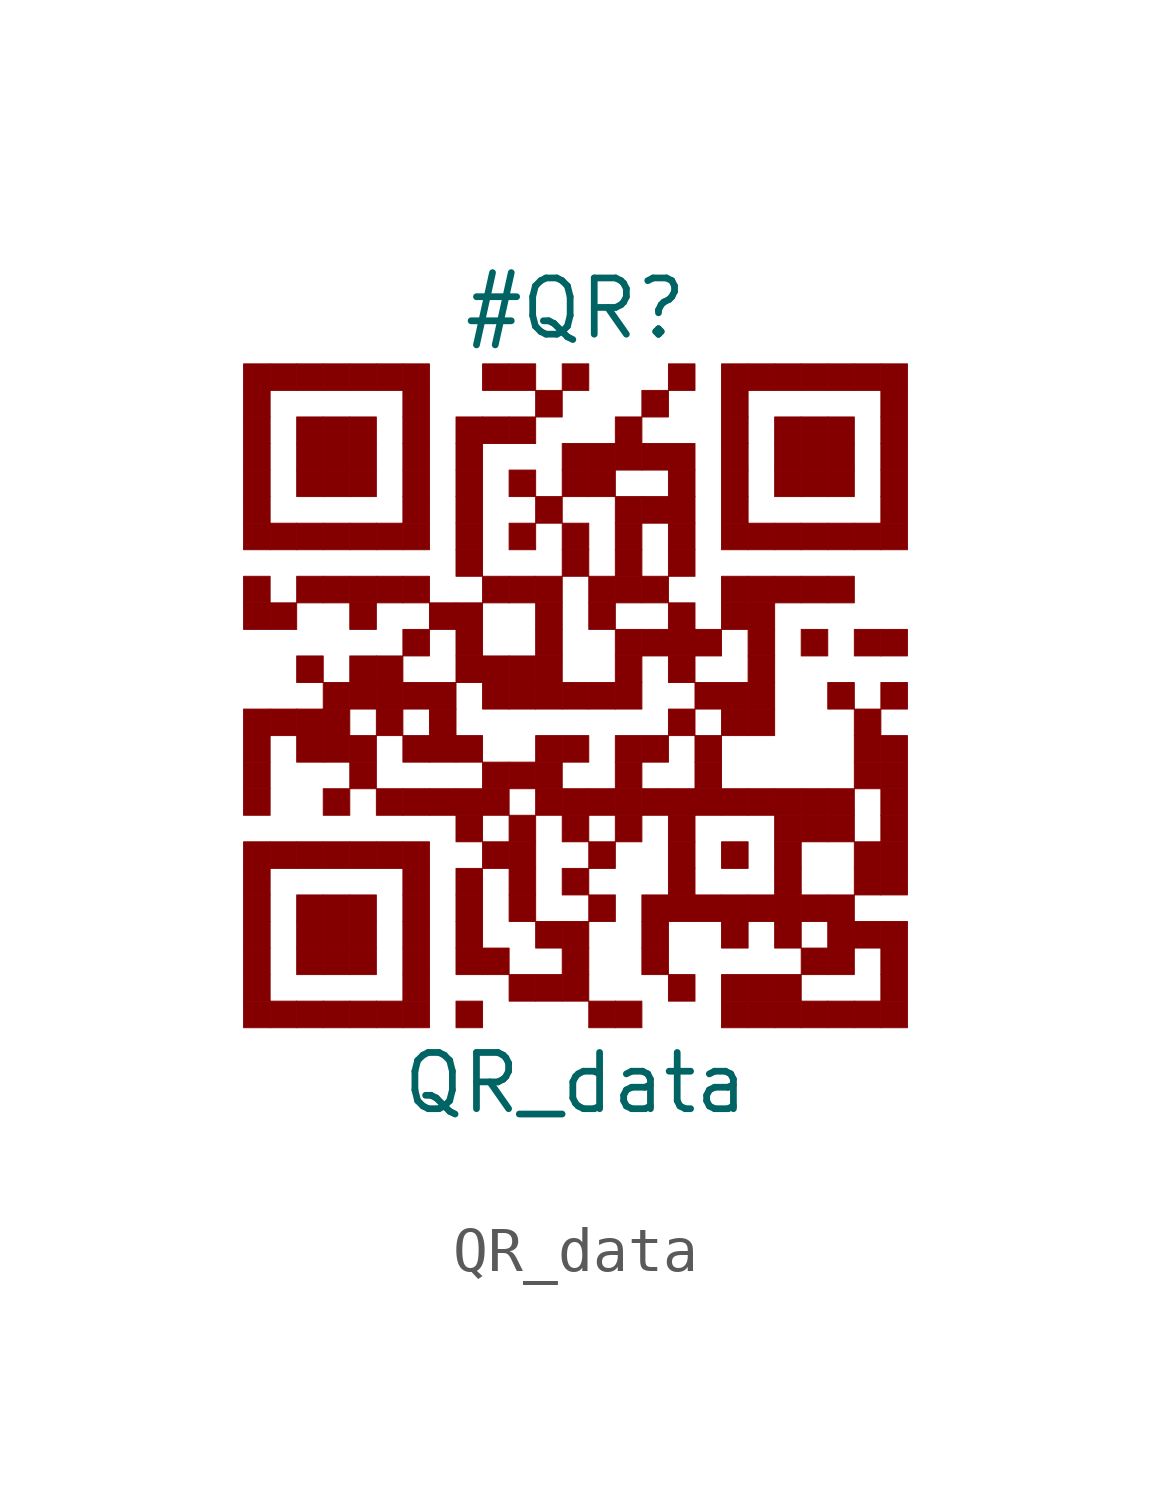
<source format=kicad_sym>
(kicad_symbol_lib
  (version 20211014)
  (generator kibot)
  (symbol "QR_data"
    (pin_numbers hide)
    (pin_names hide)
    (property "Reference" "#QR"
      (at 0 8.75 0)
      (effects (font (size 1.27 1.27))))
    (property "Value" "QR_data"
      (at 0 -8.75 0)
      (effects (font (size 1.27 1.27))))
    (rectangle
      (start -7.5 7.5)
      (end -6.9 6.9)
      (stroke (width 0.001) (type default))
      (fill (type outline)))
    (rectangle
      (start -6.9 7.5)
      (end -6.3 6.9)
      (stroke (width 0.001) (type default))
      (fill (type outline)))
    (rectangle
      (start -6.3 7.5)
      (end -5.7 6.9)
      (stroke (width 0.001) (type default))
      (fill (type outline)))
    (rectangle
      (start -5.7 7.5)
      (end -5.1 6.9)
      (stroke (width 0.001) (type default))
      (fill (type outline)))
    (rectangle
      (start -5.1 7.5)
      (end -4.5 6.9)
      (stroke (width 0.001) (type default))
      (fill (type outline)))
    (rectangle
      (start -4.5 7.5)
      (end -3.9 6.9)
      (stroke (width 0.001) (type default))
      (fill (type outline)))
    (rectangle
      (start -3.9 7.5)
      (end -3.3 6.9)
      (stroke (width 0.001) (type default))
      (fill (type outline)))
    (rectangle
      (start -2.1 7.5)
      (end -1.5 6.9)
      (stroke (width 0.001) (type default))
      (fill (type outline)))
    (rectangle
      (start -1.5 7.5)
      (end -0.9 6.9)
      (stroke (width 0.001) (type default))
      (fill (type outline)))
    (rectangle
      (start -0.3 7.5)
      (end 0.3 6.9)
      (stroke (width 0.001) (type default))
      (fill (type outline)))
    (rectangle
      (start 2.1 7.5)
      (end 2.7 6.9)
      (stroke (width 0.001) (type default))
      (fill (type outline)))
    (rectangle
      (start 3.3 7.5)
      (end 3.9 6.9)
      (stroke (width 0.001) (type default))
      (fill (type outline)))
    (rectangle
      (start 3.9 7.5)
      (end 4.5 6.9)
      (stroke (width 0.001) (type default))
      (fill (type outline)))
    (rectangle
      (start 4.5 7.5)
      (end 5.1 6.9)
      (stroke (width 0.001) (type default))
      (fill (type outline)))
    (rectangle
      (start 5.1 7.5)
      (end 5.7 6.9)
      (stroke (width 0.001) (type default))
      (fill (type outline)))
    (rectangle
      (start 5.7 7.5)
      (end 6.3 6.9)
      (stroke (width 0.001) (type default))
      (fill (type outline)))
    (rectangle
      (start 6.3 7.5)
      (end 6.9 6.9)
      (stroke (width 0.001) (type default))
      (fill (type outline)))
    (rectangle
      (start 6.9 7.5)
      (end 7.5 6.9)
      (stroke (width 0.001) (type default))
      (fill (type outline)))
    (rectangle
      (start -7.5 6.9)
      (end -6.9 6.3)
      (stroke (width 0.001) (type default))
      (fill (type outline)))
    (rectangle
      (start -3.9 6.9)
      (end -3.3 6.3)
      (stroke (width 0.001) (type default))
      (fill (type outline)))
    (rectangle
      (start -0.9 6.9)
      (end -0.3 6.3)
      (stroke (width 0.001) (type default))
      (fill (type outline)))
    (rectangle
      (start 1.5 6.9)
      (end 2.1 6.3)
      (stroke (width 0.001) (type default))
      (fill (type outline)))
    (rectangle
      (start 3.3 6.9)
      (end 3.9 6.3)
      (stroke (width 0.001) (type default))
      (fill (type outline)))
    (rectangle
      (start 6.9 6.9)
      (end 7.5 6.3)
      (stroke (width 0.001) (type default))
      (fill (type outline)))
    (rectangle
      (start -7.5 6.3)
      (end -6.9 5.7)
      (stroke (width 0.001) (type default))
      (fill (type outline)))
    (rectangle
      (start -6.3 6.3)
      (end -5.7 5.7)
      (stroke (width 0.001) (type default))
      (fill (type outline)))
    (rectangle
      (start -5.7 6.3)
      (end -5.1 5.7)
      (stroke (width 0.001) (type default))
      (fill (type outline)))
    (rectangle
      (start -5.1 6.3)
      (end -4.5 5.7)
      (stroke (width 0.001) (type default))
      (fill (type outline)))
    (rectangle
      (start -3.9 6.3)
      (end -3.3 5.7)
      (stroke (width 0.001) (type default))
      (fill (type outline)))
    (rectangle
      (start -2.7 6.3)
      (end -2.1 5.7)
      (stroke (width 0.001) (type default))
      (fill (type outline)))
    (rectangle
      (start -2.1 6.3)
      (end -1.5 5.7)
      (stroke (width 0.001) (type default))
      (fill (type outline)))
    (rectangle
      (start -1.5 6.3)
      (end -0.9 5.7)
      (stroke (width 0.001) (type default))
      (fill (type outline)))
    (rectangle
      (start 0.9 6.3)
      (end 1.5 5.7)
      (stroke (width 0.001) (type default))
      (fill (type outline)))
    (rectangle
      (start 3.3 6.3)
      (end 3.9 5.7)
      (stroke (width 0.001) (type default))
      (fill (type outline)))
    (rectangle
      (start 4.5 6.3)
      (end 5.1 5.7)
      (stroke (width 0.001) (type default))
      (fill (type outline)))
    (rectangle
      (start 5.1 6.3)
      (end 5.7 5.7)
      (stroke (width 0.001) (type default))
      (fill (type outline)))
    (rectangle
      (start 5.7 6.3)
      (end 6.3 5.7)
      (stroke (width 0.001) (type default))
      (fill (type outline)))
    (rectangle
      (start 6.9 6.3)
      (end 7.5 5.7)
      (stroke (width 0.001) (type default))
      (fill (type outline)))
    (rectangle
      (start -7.5 5.7)
      (end -6.9 5.1)
      (stroke (width 0.001) (type default))
      (fill (type outline)))
    (rectangle
      (start -6.3 5.7)
      (end -5.7 5.1)
      (stroke (width 0.001) (type default))
      (fill (type outline)))
    (rectangle
      (start -5.7 5.7)
      (end -5.1 5.1)
      (stroke (width 0.001) (type default))
      (fill (type outline)))
    (rectangle
      (start -5.1 5.7)
      (end -4.5 5.1)
      (stroke (width 0.001) (type default))
      (fill (type outline)))
    (rectangle
      (start -3.9 5.7)
      (end -3.3 5.1)
      (stroke (width 0.001) (type default))
      (fill (type outline)))
    (rectangle
      (start -2.7 5.7)
      (end -2.1 5.1)
      (stroke (width 0.001) (type default))
      (fill (type outline)))
    (rectangle
      (start -0.3 5.7)
      (end 0.3 5.1)
      (stroke (width 0.001) (type default))
      (fill (type outline)))
    (rectangle
      (start 0.3 5.7)
      (end 0.9 5.1)
      (stroke (width 0.001) (type default))
      (fill (type outline)))
    (rectangle
      (start 0.9 5.7)
      (end 1.5 5.1)
      (stroke (width 0.001) (type default))
      (fill (type outline)))
    (rectangle
      (start 1.5 5.7)
      (end 2.1 5.1)
      (stroke (width 0.001) (type default))
      (fill (type outline)))
    (rectangle
      (start 2.1 5.7)
      (end 2.7 5.1)
      (stroke (width 0.001) (type default))
      (fill (type outline)))
    (rectangle
      (start 3.3 5.7)
      (end 3.9 5.1)
      (stroke (width 0.001) (type default))
      (fill (type outline)))
    (rectangle
      (start 4.5 5.7)
      (end 5.1 5.1)
      (stroke (width 0.001) (type default))
      (fill (type outline)))
    (rectangle
      (start 5.1 5.7)
      (end 5.7 5.1)
      (stroke (width 0.001) (type default))
      (fill (type outline)))
    (rectangle
      (start 5.7 5.7)
      (end 6.3 5.1)
      (stroke (width 0.001) (type default))
      (fill (type outline)))
    (rectangle
      (start 6.9 5.7)
      (end 7.5 5.1)
      (stroke (width 0.001) (type default))
      (fill (type outline)))
    (rectangle
      (start -7.5 5.1)
      (end -6.9 4.5)
      (stroke (width 0.001) (type default))
      (fill (type outline)))
    (rectangle
      (start -6.3 5.1)
      (end -5.7 4.5)
      (stroke (width 0.001) (type default))
      (fill (type outline)))
    (rectangle
      (start -5.7 5.1)
      (end -5.1 4.5)
      (stroke (width 0.001) (type default))
      (fill (type outline)))
    (rectangle
      (start -5.1 5.1)
      (end -4.5 4.5)
      (stroke (width 0.001) (type default))
      (fill (type outline)))
    (rectangle
      (start -3.9 5.1)
      (end -3.3 4.5)
      (stroke (width 0.001) (type default))
      (fill (type outline)))
    (rectangle
      (start -2.7 5.1)
      (end -2.1 4.5)
      (stroke (width 0.001) (type default))
      (fill (type outline)))
    (rectangle
      (start -1.5 5.1)
      (end -0.9 4.5)
      (stroke (width 0.001) (type default))
      (fill (type outline)))
    (rectangle
      (start -0.3 5.1)
      (end 0.3 4.5)
      (stroke (width 0.001) (type default))
      (fill (type outline)))
    (rectangle
      (start 0.3 5.1)
      (end 0.9 4.5)
      (stroke (width 0.001) (type default))
      (fill (type outline)))
    (rectangle
      (start 2.1 5.1)
      (end 2.7 4.5)
      (stroke (width 0.001) (type default))
      (fill (type outline)))
    (rectangle
      (start 3.3 5.1)
      (end 3.9 4.5)
      (stroke (width 0.001) (type default))
      (fill (type outline)))
    (rectangle
      (start 4.5 5.1)
      (end 5.1 4.5)
      (stroke (width 0.001) (type default))
      (fill (type outline)))
    (rectangle
      (start 5.1 5.1)
      (end 5.7 4.5)
      (stroke (width 0.001) (type default))
      (fill (type outline)))
    (rectangle
      (start 5.7 5.1)
      (end 6.3 4.5)
      (stroke (width 0.001) (type default))
      (fill (type outline)))
    (rectangle
      (start 6.9 5.1)
      (end 7.5 4.5)
      (stroke (width 0.001) (type default))
      (fill (type outline)))
    (rectangle
      (start -7.5 4.5)
      (end -6.9 3.9)
      (stroke (width 0.001) (type default))
      (fill (type outline)))
    (rectangle
      (start -3.9 4.5)
      (end -3.3 3.9)
      (stroke (width 0.001) (type default))
      (fill (type outline)))
    (rectangle
      (start -2.7 4.5)
      (end -2.1 3.9)
      (stroke (width 0.001) (type default))
      (fill (type outline)))
    (rectangle
      (start -0.9 4.5)
      (end -0.3 3.9)
      (stroke (width 0.001) (type default))
      (fill (type outline)))
    (rectangle
      (start 0.9 4.5)
      (end 1.5 3.9)
      (stroke (width 0.001) (type default))
      (fill (type outline)))
    (rectangle
      (start 1.5 4.5)
      (end 2.1 3.9)
      (stroke (width 0.001) (type default))
      (fill (type outline)))
    (rectangle
      (start 2.1 4.5)
      (end 2.7 3.9)
      (stroke (width 0.001) (type default))
      (fill (type outline)))
    (rectangle
      (start 3.3 4.5)
      (end 3.9 3.9)
      (stroke (width 0.001) (type default))
      (fill (type outline)))
    (rectangle
      (start 6.9 4.5)
      (end 7.5 3.9)
      (stroke (width 0.001) (type default))
      (fill (type outline)))
    (rectangle
      (start -7.5 3.9)
      (end -6.9 3.3)
      (stroke (width 0.001) (type default))
      (fill (type outline)))
    (rectangle
      (start -6.9 3.9)
      (end -6.3 3.3)
      (stroke (width 0.001) (type default))
      (fill (type outline)))
    (rectangle
      (start -6.3 3.9)
      (end -5.7 3.3)
      (stroke (width 0.001) (type default))
      (fill (type outline)))
    (rectangle
      (start -5.7 3.9)
      (end -5.1 3.3)
      (stroke (width 0.001) (type default))
      (fill (type outline)))
    (rectangle
      (start -5.1 3.9)
      (end -4.5 3.3)
      (stroke (width 0.001) (type default))
      (fill (type outline)))
    (rectangle
      (start -4.5 3.9)
      (end -3.9 3.3)
      (stroke (width 0.001) (type default))
      (fill (type outline)))
    (rectangle
      (start -3.9 3.9)
      (end -3.3 3.3)
      (stroke (width 0.001) (type default))
      (fill (type outline)))
    (rectangle
      (start -2.7 3.9)
      (end -2.1 3.3)
      (stroke (width 0.001) (type default))
      (fill (type outline)))
    (rectangle
      (start -1.5 3.9)
      (end -0.9 3.3)
      (stroke (width 0.001) (type default))
      (fill (type outline)))
    (rectangle
      (start -0.3 3.9)
      (end 0.3 3.3)
      (stroke (width 0.001) (type default))
      (fill (type outline)))
    (rectangle
      (start 0.9 3.9)
      (end 1.5 3.3)
      (stroke (width 0.001) (type default))
      (fill (type outline)))
    (rectangle
      (start 2.1 3.9)
      (end 2.7 3.3)
      (stroke (width 0.001) (type default))
      (fill (type outline)))
    (rectangle
      (start 3.3 3.9)
      (end 3.9 3.3)
      (stroke (width 0.001) (type default))
      (fill (type outline)))
    (rectangle
      (start 3.9 3.9)
      (end 4.5 3.3)
      (stroke (width 0.001) (type default))
      (fill (type outline)))
    (rectangle
      (start 4.5 3.9)
      (end 5.1 3.3)
      (stroke (width 0.001) (type default))
      (fill (type outline)))
    (rectangle
      (start 5.1 3.9)
      (end 5.7 3.3)
      (stroke (width 0.001) (type default))
      (fill (type outline)))
    (rectangle
      (start 5.7 3.9)
      (end 6.3 3.3)
      (stroke (width 0.001) (type default))
      (fill (type outline)))
    (rectangle
      (start 6.3 3.9)
      (end 6.9 3.3)
      (stroke (width 0.001) (type default))
      (fill (type outline)))
    (rectangle
      (start 6.9 3.9)
      (end 7.5 3.3)
      (stroke (width 0.001) (type default))
      (fill (type outline)))
    (rectangle
      (start -2.7 3.3)
      (end -2.1 2.7)
      (stroke (width 0.001) (type default))
      (fill (type outline)))
    (rectangle
      (start -0.3 3.3)
      (end 0.3 2.7)
      (stroke (width 0.001) (type default))
      (fill (type outline)))
    (rectangle
      (start 0.9 3.3)
      (end 1.5 2.7)
      (stroke (width 0.001) (type default))
      (fill (type outline)))
    (rectangle
      (start 2.1 3.3)
      (end 2.7 2.7)
      (stroke (width 0.001) (type default))
      (fill (type outline)))
    (rectangle
      (start -7.5 2.7)
      (end -6.9 2.1)
      (stroke (width 0.001) (type default))
      (fill (type outline)))
    (rectangle
      (start -6.3 2.7)
      (end -5.7 2.1)
      (stroke (width 0.001) (type default))
      (fill (type outline)))
    (rectangle
      (start -5.7 2.7)
      (end -5.1 2.1)
      (stroke (width 0.001) (type default))
      (fill (type outline)))
    (rectangle
      (start -5.1 2.7)
      (end -4.5 2.1)
      (stroke (width 0.001) (type default))
      (fill (type outline)))
    (rectangle
      (start -4.5 2.7)
      (end -3.9 2.1)
      (stroke (width 0.001) (type default))
      (fill (type outline)))
    (rectangle
      (start -3.9 2.7)
      (end -3.3 2.1)
      (stroke (width 0.001) (type default))
      (fill (type outline)))
    (rectangle
      (start -2.1 2.7)
      (end -1.5 2.1)
      (stroke (width 0.001) (type default))
      (fill (type outline)))
    (rectangle
      (start -1.5 2.7)
      (end -0.9 2.1)
      (stroke (width 0.001) (type default))
      (fill (type outline)))
    (rectangle
      (start -0.9 2.7)
      (end -0.3 2.1)
      (stroke (width 0.001) (type default))
      (fill (type outline)))
    (rectangle
      (start 0.3 2.7)
      (end 0.9 2.1)
      (stroke (width 0.001) (type default))
      (fill (type outline)))
    (rectangle
      (start 0.9 2.7)
      (end 1.5 2.1)
      (stroke (width 0.001) (type default))
      (fill (type outline)))
    (rectangle
      (start 1.5 2.7)
      (end 2.1 2.1)
      (stroke (width 0.001) (type default))
      (fill (type outline)))
    (rectangle
      (start 3.3 2.7)
      (end 3.9 2.1)
      (stroke (width 0.001) (type default))
      (fill (type outline)))
    (rectangle
      (start 3.9 2.7)
      (end 4.5 2.1)
      (stroke (width 0.001) (type default))
      (fill (type outline)))
    (rectangle
      (start 4.5 2.7)
      (end 5.1 2.1)
      (stroke (width 0.001) (type default))
      (fill (type outline)))
    (rectangle
      (start 5.1 2.7)
      (end 5.7 2.1)
      (stroke (width 0.001) (type default))
      (fill (type outline)))
    (rectangle
      (start 5.7 2.7)
      (end 6.3 2.1)
      (stroke (width 0.001) (type default))
      (fill (type outline)))
    (rectangle
      (start -7.5 2.1)
      (end -6.9 1.5)
      (stroke (width 0.001) (type default))
      (fill (type outline)))
    (rectangle
      (start -6.9 2.1)
      (end -6.3 1.5)
      (stroke (width 0.001) (type default))
      (fill (type outline)))
    (rectangle
      (start -5.1 2.1)
      (end -4.5 1.5)
      (stroke (width 0.001) (type default))
      (fill (type outline)))
    (rectangle
      (start -3.3 2.1)
      (end -2.7 1.5)
      (stroke (width 0.001) (type default))
      (fill (type outline)))
    (rectangle
      (start -2.7 2.1)
      (end -2.1 1.5)
      (stroke (width 0.001) (type default))
      (fill (type outline)))
    (rectangle
      (start -0.9 2.1)
      (end -0.3 1.5)
      (stroke (width 0.001) (type default))
      (fill (type outline)))
    (rectangle
      (start 0.3 2.1)
      (end 0.9 1.5)
      (stroke (width 0.001) (type default))
      (fill (type outline)))
    (rectangle
      (start 2.1 2.1)
      (end 2.7 1.5)
      (stroke (width 0.001) (type default))
      (fill (type outline)))
    (rectangle
      (start 3.3 2.1)
      (end 3.9 1.5)
      (stroke (width 0.001) (type default))
      (fill (type outline)))
    (rectangle
      (start 3.9 2.1)
      (end 4.5 1.5)
      (stroke (width 0.001) (type default))
      (fill (type outline)))
    (rectangle
      (start -3.9 1.5)
      (end -3.3 0.9)
      (stroke (width 0.001) (type default))
      (fill (type outline)))
    (rectangle
      (start -2.7 1.5)
      (end -2.1 0.9)
      (stroke (width 0.001) (type default))
      (fill (type outline)))
    (rectangle
      (start -0.9 1.5)
      (end -0.3 0.9)
      (stroke (width 0.001) (type default))
      (fill (type outline)))
    (rectangle
      (start 0.9 1.5)
      (end 1.5 0.9)
      (stroke (width 0.001) (type default))
      (fill (type outline)))
    (rectangle
      (start 1.5 1.5)
      (end 2.1 0.9)
      (stroke (width 0.001) (type default))
      (fill (type outline)))
    (rectangle
      (start 2.1 1.5)
      (end 2.7 0.9)
      (stroke (width 0.001) (type default))
      (fill (type outline)))
    (rectangle
      (start 2.7 1.5)
      (end 3.3 0.9)
      (stroke (width 0.001) (type default))
      (fill (type outline)))
    (rectangle
      (start 3.9 1.5)
      (end 4.5 0.9)
      (stroke (width 0.001) (type default))
      (fill (type outline)))
    (rectangle
      (start 5.1 1.5)
      (end 5.7 0.9)
      (stroke (width 0.001) (type default))
      (fill (type outline)))
    (rectangle
      (start 6.3 1.5)
      (end 6.9 0.9)
      (stroke (width 0.001) (type default))
      (fill (type outline)))
    (rectangle
      (start 6.9 1.5)
      (end 7.5 0.9)
      (stroke (width 0.001) (type default))
      (fill (type outline)))
    (rectangle
      (start -6.3 0.9)
      (end -5.7 0.3)
      (stroke (width 0.001) (type default))
      (fill (type outline)))
    (rectangle
      (start -5.1 0.9)
      (end -4.5 0.3)
      (stroke (width 0.001) (type default))
      (fill (type outline)))
    (rectangle
      (start -4.5 0.9)
      (end -3.9 0.3)
      (stroke (width 0.001) (type default))
      (fill (type outline)))
    (rectangle
      (start -2.7 0.9)
      (end -2.1 0.3)
      (stroke (width 0.001) (type default))
      (fill (type outline)))
    (rectangle
      (start -2.1 0.9)
      (end -1.5 0.3)
      (stroke (width 0.001) (type default))
      (fill (type outline)))
    (rectangle
      (start -1.5 0.9)
      (end -0.9 0.3)
      (stroke (width 0.001) (type default))
      (fill (type outline)))
    (rectangle
      (start -0.9 0.9)
      (end -0.3 0.3)
      (stroke (width 0.001) (type default))
      (fill (type outline)))
    (rectangle
      (start 0.9 0.9)
      (end 1.5 0.3)
      (stroke (width 0.001) (type default))
      (fill (type outline)))
    (rectangle
      (start 2.1 0.9)
      (end 2.7 0.3)
      (stroke (width 0.001) (type default))
      (fill (type outline)))
    (rectangle
      (start 3.9 0.9)
      (end 4.5 0.3)
      (stroke (width 0.001) (type default))
      (fill (type outline)))
    (rectangle
      (start -5.7 0.3)
      (end -5.1 -0.3)
      (stroke (width 0.001) (type default))
      (fill (type outline)))
    (rectangle
      (start -5.1 0.3)
      (end -4.5 -0.3)
      (stroke (width 0.001) (type default))
      (fill (type outline)))
    (rectangle
      (start -4.5 0.3)
      (end -3.9 -0.3)
      (stroke (width 0.001) (type default))
      (fill (type outline)))
    (rectangle
      (start -3.9 0.3)
      (end -3.3 -0.3)
      (stroke (width 0.001) (type default))
      (fill (type outline)))
    (rectangle
      (start -3.3 0.3)
      (end -2.7 -0.3)
      (stroke (width 0.001) (type default))
      (fill (type outline)))
    (rectangle
      (start -2.1 0.3)
      (end -1.5 -0.3)
      (stroke (width 0.001) (type default))
      (fill (type outline)))
    (rectangle
      (start -1.5 0.3)
      (end -0.9 -0.3)
      (stroke (width 0.001) (type default))
      (fill (type outline)))
    (rectangle
      (start -0.9 0.3)
      (end -0.3 -0.3)
      (stroke (width 0.001) (type default))
      (fill (type outline)))
    (rectangle
      (start -0.3 0.3)
      (end 0.3 -0.3)
      (stroke (width 0.001) (type default))
      (fill (type outline)))
    (rectangle
      (start 0.3 0.3)
      (end 0.9 -0.3)
      (stroke (width 0.001) (type default))
      (fill (type outline)))
    (rectangle
      (start 0.9 0.3)
      (end 1.5 -0.3)
      (stroke (width 0.001) (type default))
      (fill (type outline)))
    (rectangle
      (start 2.7 0.3)
      (end 3.3 -0.3)
      (stroke (width 0.001) (type default))
      (fill (type outline)))
    (rectangle
      (start 3.3 0.3)
      (end 3.9 -0.3)
      (stroke (width 0.001) (type default))
      (fill (type outline)))
    (rectangle
      (start 3.9 0.3)
      (end 4.5 -0.3)
      (stroke (width 0.001) (type default))
      (fill (type outline)))
    (rectangle
      (start 5.7 0.3)
      (end 6.3 -0.3)
      (stroke (width 0.001) (type default))
      (fill (type outline)))
    (rectangle
      (start 6.9 0.3)
      (end 7.5 -0.3)
      (stroke (width 0.001) (type default))
      (fill (type outline)))
    (rectangle
      (start -7.5 -0.3)
      (end -6.9 -0.9)
      (stroke (width 0.001) (type default))
      (fill (type outline)))
    (rectangle
      (start -6.9 -0.3)
      (end -6.3 -0.9)
      (stroke (width 0.001) (type default))
      (fill (type outline)))
    (rectangle
      (start -6.3 -0.3)
      (end -5.7 -0.9)
      (stroke (width 0.001) (type default))
      (fill (type outline)))
    (rectangle
      (start -5.7 -0.3)
      (end -5.1 -0.9)
      (stroke (width 0.001) (type default))
      (fill (type outline)))
    (rectangle
      (start -4.5 -0.3)
      (end -3.9 -0.9)
      (stroke (width 0.001) (type default))
      (fill (type outline)))
    (rectangle
      (start -3.3 -0.3)
      (end -2.7 -0.9)
      (stroke (width 0.001) (type default))
      (fill (type outline)))
    (rectangle
      (start 2.1 -0.3)
      (end 2.7 -0.9)
      (stroke (width 0.001) (type default))
      (fill (type outline)))
    (rectangle
      (start 3.3 -0.3)
      (end 3.9 -0.9)
      (stroke (width 0.001) (type default))
      (fill (type outline)))
    (rectangle
      (start 3.9 -0.3)
      (end 4.5 -0.9)
      (stroke (width 0.001) (type default))
      (fill (type outline)))
    (rectangle
      (start 6.3 -0.3)
      (end 6.9 -0.9)
      (stroke (width 0.001) (type default))
      (fill (type outline)))
    (rectangle
      (start -7.5 -0.9)
      (end -6.9 -1.5)
      (stroke (width 0.001) (type default))
      (fill (type outline)))
    (rectangle
      (start -6.3 -0.9)
      (end -5.7 -1.5)
      (stroke (width 0.001) (type default))
      (fill (type outline)))
    (rectangle
      (start -5.7 -0.9)
      (end -5.1 -1.5)
      (stroke (width 0.001) (type default))
      (fill (type outline)))
    (rectangle
      (start -5.1 -0.9)
      (end -4.5 -1.5)
      (stroke (width 0.001) (type default))
      (fill (type outline)))
    (rectangle
      (start -3.9 -0.9)
      (end -3.3 -1.5)
      (stroke (width 0.001) (type default))
      (fill (type outline)))
    (rectangle
      (start -3.3 -0.9)
      (end -2.7 -1.5)
      (stroke (width 0.001) (type default))
      (fill (type outline)))
    (rectangle
      (start -2.7 -0.9)
      (end -2.1 -1.5)
      (stroke (width 0.001) (type default))
      (fill (type outline)))
    (rectangle
      (start -0.9 -0.9)
      (end -0.3 -1.5)
      (stroke (width 0.001) (type default))
      (fill (type outline)))
    (rectangle
      (start -0.3 -0.9)
      (end 0.3 -1.5)
      (stroke (width 0.001) (type default))
      (fill (type outline)))
    (rectangle
      (start 0.9 -0.9)
      (end 1.5 -1.5)
      (stroke (width 0.001) (type default))
      (fill (type outline)))
    (rectangle
      (start 1.5 -0.9)
      (end 2.1 -1.5)
      (stroke (width 0.001) (type default))
      (fill (type outline)))
    (rectangle
      (start 2.7 -0.9)
      (end 3.3 -1.5)
      (stroke (width 0.001) (type default))
      (fill (type outline)))
    (rectangle
      (start 6.3 -0.9)
      (end 6.9 -1.5)
      (stroke (width 0.001) (type default))
      (fill (type outline)))
    (rectangle
      (start 6.9 -0.9)
      (end 7.5 -1.5)
      (stroke (width 0.001) (type default))
      (fill (type outline)))
    (rectangle
      (start -7.5 -1.5)
      (end -6.9 -2.1)
      (stroke (width 0.001) (type default))
      (fill (type outline)))
    (rectangle
      (start -5.1 -1.5)
      (end -4.5 -2.1)
      (stroke (width 0.001) (type default))
      (fill (type outline)))
    (rectangle
      (start -2.1 -1.5)
      (end -1.5 -2.1)
      (stroke (width 0.001) (type default))
      (fill (type outline)))
    (rectangle
      (start -1.5 -1.5)
      (end -0.9 -2.1)
      (stroke (width 0.001) (type default))
      (fill (type outline)))
    (rectangle
      (start -0.9 -1.5)
      (end -0.3 -2.1)
      (stroke (width 0.001) (type default))
      (fill (type outline)))
    (rectangle
      (start 0.9 -1.5)
      (end 1.5 -2.1)
      (stroke (width 0.001) (type default))
      (fill (type outline)))
    (rectangle
      (start 2.7 -1.5)
      (end 3.3 -2.1)
      (stroke (width 0.001) (type default))
      (fill (type outline)))
    (rectangle
      (start 6.3 -1.5)
      (end 6.9 -2.1)
      (stroke (width 0.001) (type default))
      (fill (type outline)))
    (rectangle
      (start 6.9 -1.5)
      (end 7.5 -2.1)
      (stroke (width 0.001) (type default))
      (fill (type outline)))
    (rectangle
      (start -7.5 -2.1)
      (end -6.9 -2.7)
      (stroke (width 0.001) (type default))
      (fill (type outline)))
    (rectangle
      (start -5.7 -2.1)
      (end -5.1 -2.7)
      (stroke (width 0.001) (type default))
      (fill (type outline)))
    (rectangle
      (start -4.5 -2.1)
      (end -3.9 -2.7)
      (stroke (width 0.001) (type default))
      (fill (type outline)))
    (rectangle
      (start -3.9 -2.1)
      (end -3.3 -2.7)
      (stroke (width 0.001) (type default))
      (fill (type outline)))
    (rectangle
      (start -3.3 -2.1)
      (end -2.7 -2.7)
      (stroke (width 0.001) (type default))
      (fill (type outline)))
    (rectangle
      (start -2.7 -2.1)
      (end -2.1 -2.7)
      (stroke (width 0.001) (type default))
      (fill (type outline)))
    (rectangle
      (start -2.1 -2.1)
      (end -1.5 -2.7)
      (stroke (width 0.001) (type default))
      (fill (type outline)))
    (rectangle
      (start -0.9 -2.1)
      (end -0.3 -2.7)
      (stroke (width 0.001) (type default))
      (fill (type outline)))
    (rectangle
      (start -0.3 -2.1)
      (end 0.3 -2.7)
      (stroke (width 0.001) (type default))
      (fill (type outline)))
    (rectangle
      (start 0.3 -2.1)
      (end 0.9 -2.7)
      (stroke (width 0.001) (type default))
      (fill (type outline)))
    (rectangle
      (start 0.9 -2.1)
      (end 1.5 -2.7)
      (stroke (width 0.001) (type default))
      (fill (type outline)))
    (rectangle
      (start 1.5 -2.1)
      (end 2.1 -2.7)
      (stroke (width 0.001) (type default))
      (fill (type outline)))
    (rectangle
      (start 2.1 -2.1)
      (end 2.7 -2.7)
      (stroke (width 0.001) (type default))
      (fill (type outline)))
    (rectangle
      (start 2.7 -2.1)
      (end 3.3 -2.7)
      (stroke (width 0.001) (type default))
      (fill (type outline)))
    (rectangle
      (start 3.3 -2.1)
      (end 3.9 -2.7)
      (stroke (width 0.001) (type default))
      (fill (type outline)))
    (rectangle
      (start 3.9 -2.1)
      (end 4.5 -2.7)
      (stroke (width 0.001) (type default))
      (fill (type outline)))
    (rectangle
      (start 4.5 -2.1)
      (end 5.1 -2.7)
      (stroke (width 0.001) (type default))
      (fill (type outline)))
    (rectangle
      (start 5.1 -2.1)
      (end 5.7 -2.7)
      (stroke (width 0.001) (type default))
      (fill (type outline)))
    (rectangle
      (start 5.7 -2.1)
      (end 6.3 -2.7)
      (stroke (width 0.001) (type default))
      (fill (type outline)))
    (rectangle
      (start 6.9 -2.1)
      (end 7.5 -2.7)
      (stroke (width 0.001) (type default))
      (fill (type outline)))
    (rectangle
      (start -2.7 -2.7)
      (end -2.1 -3.3)
      (stroke (width 0.001) (type default))
      (fill (type outline)))
    (rectangle
      (start -1.5 -2.7)
      (end -0.9 -3.3)
      (stroke (width 0.001) (type default))
      (fill (type outline)))
    (rectangle
      (start -0.3 -2.7)
      (end 0.3 -3.3)
      (stroke (width 0.001) (type default))
      (fill (type outline)))
    (rectangle
      (start 0.9 -2.7)
      (end 1.5 -3.3)
      (stroke (width 0.001) (type default))
      (fill (type outline)))
    (rectangle
      (start 2.1 -2.7)
      (end 2.7 -3.3)
      (stroke (width 0.001) (type default))
      (fill (type outline)))
    (rectangle
      (start 4.5 -2.7)
      (end 5.1 -3.3)
      (stroke (width 0.001) (type default))
      (fill (type outline)))
    (rectangle
      (start 5.1 -2.7)
      (end 5.7 -3.3)
      (stroke (width 0.001) (type default))
      (fill (type outline)))
    (rectangle
      (start 5.7 -2.7)
      (end 6.3 -3.3)
      (stroke (width 0.001) (type default))
      (fill (type outline)))
    (rectangle
      (start 6.9 -2.7)
      (end 7.5 -3.3)
      (stroke (width 0.001) (type default))
      (fill (type outline)))
    (rectangle
      (start -7.5 -3.3)
      (end -6.9 -3.9)
      (stroke (width 0.001) (type default))
      (fill (type outline)))
    (rectangle
      (start -6.9 -3.3)
      (end -6.3 -3.9)
      (stroke (width 0.001) (type default))
      (fill (type outline)))
    (rectangle
      (start -6.3 -3.3)
      (end -5.7 -3.9)
      (stroke (width 0.001) (type default))
      (fill (type outline)))
    (rectangle
      (start -5.7 -3.3)
      (end -5.1 -3.9)
      (stroke (width 0.001) (type default))
      (fill (type outline)))
    (rectangle
      (start -5.1 -3.3)
      (end -4.5 -3.9)
      (stroke (width 0.001) (type default))
      (fill (type outline)))
    (rectangle
      (start -4.5 -3.3)
      (end -3.9 -3.9)
      (stroke (width 0.001) (type default))
      (fill (type outline)))
    (rectangle
      (start -3.9 -3.3)
      (end -3.3 -3.9)
      (stroke (width 0.001) (type default))
      (fill (type outline)))
    (rectangle
      (start -2.1 -3.3)
      (end -1.5 -3.9)
      (stroke (width 0.001) (type default))
      (fill (type outline)))
    (rectangle
      (start -1.5 -3.3)
      (end -0.9 -3.9)
      (stroke (width 0.001) (type default))
      (fill (type outline)))
    (rectangle
      (start 0.3 -3.3)
      (end 0.9 -3.9)
      (stroke (width 0.001) (type default))
      (fill (type outline)))
    (rectangle
      (start 2.1 -3.3)
      (end 2.7 -3.9)
      (stroke (width 0.001) (type default))
      (fill (type outline)))
    (rectangle
      (start 3.3 -3.3)
      (end 3.9 -3.9)
      (stroke (width 0.001) (type default))
      (fill (type outline)))
    (rectangle
      (start 4.5 -3.3)
      (end 5.1 -3.9)
      (stroke (width 0.001) (type default))
      (fill (type outline)))
    (rectangle
      (start 6.3 -3.3)
      (end 6.9 -3.9)
      (stroke (width 0.001) (type default))
      (fill (type outline)))
    (rectangle
      (start 6.9 -3.3)
      (end 7.5 -3.9)
      (stroke (width 0.001) (type default))
      (fill (type outline)))
    (rectangle
      (start -7.5 -3.9)
      (end -6.9 -4.5)
      (stroke (width 0.001) (type default))
      (fill (type outline)))
    (rectangle
      (start -3.9 -3.9)
      (end -3.3 -4.5)
      (stroke (width 0.001) (type default))
      (fill (type outline)))
    (rectangle
      (start -2.7 -3.9)
      (end -2.1 -4.5)
      (stroke (width 0.001) (type default))
      (fill (type outline)))
    (rectangle
      (start -1.5 -3.9)
      (end -0.9 -4.5)
      (stroke (width 0.001) (type default))
      (fill (type outline)))
    (rectangle
      (start -0.3 -3.9)
      (end 0.3 -4.5)
      (stroke (width 0.001) (type default))
      (fill (type outline)))
    (rectangle
      (start 2.1 -3.9)
      (end 2.7 -4.5)
      (stroke (width 0.001) (type default))
      (fill (type outline)))
    (rectangle
      (start 4.5 -3.9)
      (end 5.1 -4.5)
      (stroke (width 0.001) (type default))
      (fill (type outline)))
    (rectangle
      (start 6.3 -3.9)
      (end 6.9 -4.5)
      (stroke (width 0.001) (type default))
      (fill (type outline)))
    (rectangle
      (start 6.9 -3.9)
      (end 7.5 -4.5)
      (stroke (width 0.001) (type default))
      (fill (type outline)))
    (rectangle
      (start -7.5 -4.5)
      (end -6.9 -5.1)
      (stroke (width 0.001) (type default))
      (fill (type outline)))
    (rectangle
      (start -6.3 -4.5)
      (end -5.7 -5.1)
      (stroke (width 0.001) (type default))
      (fill (type outline)))
    (rectangle
      (start -5.7 -4.5)
      (end -5.1 -5.1)
      (stroke (width 0.001) (type default))
      (fill (type outline)))
    (rectangle
      (start -5.1 -4.5)
      (end -4.5 -5.1)
      (stroke (width 0.001) (type default))
      (fill (type outline)))
    (rectangle
      (start -3.9 -4.5)
      (end -3.3 -5.1)
      (stroke (width 0.001) (type default))
      (fill (type outline)))
    (rectangle
      (start -2.7 -4.5)
      (end -2.1 -5.1)
      (stroke (width 0.001) (type default))
      (fill (type outline)))
    (rectangle
      (start -1.5 -4.5)
      (end -0.9 -5.1)
      (stroke (width 0.001) (type default))
      (fill (type outline)))
    (rectangle
      (start 0.3 -4.5)
      (end 0.9 -5.1)
      (stroke (width 0.001) (type default))
      (fill (type outline)))
    (rectangle
      (start 1.5 -4.5)
      (end 2.1 -5.1)
      (stroke (width 0.001) (type default))
      (fill (type outline)))
    (rectangle
      (start 2.1 -4.5)
      (end 2.7 -5.1)
      (stroke (width 0.001) (type default))
      (fill (type outline)))
    (rectangle
      (start 2.7 -4.5)
      (end 3.3 -5.1)
      (stroke (width 0.001) (type default))
      (fill (type outline)))
    (rectangle
      (start 3.3 -4.5)
      (end 3.9 -5.1)
      (stroke (width 0.001) (type default))
      (fill (type outline)))
    (rectangle
      (start 3.9 -4.5)
      (end 4.5 -5.1)
      (stroke (width 0.001) (type default))
      (fill (type outline)))
    (rectangle
      (start 4.5 -4.5)
      (end 5.1 -5.1)
      (stroke (width 0.001) (type default))
      (fill (type outline)))
    (rectangle
      (start 5.1 -4.5)
      (end 5.7 -5.1)
      (stroke (width 0.001) (type default))
      (fill (type outline)))
    (rectangle
      (start 5.7 -4.5)
      (end 6.3 -5.1)
      (stroke (width 0.001) (type default))
      (fill (type outline)))
    (rectangle
      (start -7.5 -5.1)
      (end -6.9 -5.7)
      (stroke (width 0.001) (type default))
      (fill (type outline)))
    (rectangle
      (start -6.3 -5.1)
      (end -5.7 -5.7)
      (stroke (width 0.001) (type default))
      (fill (type outline)))
    (rectangle
      (start -5.7 -5.1)
      (end -5.1 -5.7)
      (stroke (width 0.001) (type default))
      (fill (type outline)))
    (rectangle
      (start -5.1 -5.1)
      (end -4.5 -5.7)
      (stroke (width 0.001) (type default))
      (fill (type outline)))
    (rectangle
      (start -3.9 -5.1)
      (end -3.3 -5.7)
      (stroke (width 0.001) (type default))
      (fill (type outline)))
    (rectangle
      (start -2.7 -5.1)
      (end -2.1 -5.7)
      (stroke (width 0.001) (type default))
      (fill (type outline)))
    (rectangle
      (start -0.9 -5.1)
      (end -0.3 -5.7)
      (stroke (width 0.001) (type default))
      (fill (type outline)))
    (rectangle
      (start -0.3 -5.1)
      (end 0.3 -5.7)
      (stroke (width 0.001) (type default))
      (fill (type outline)))
    (rectangle
      (start 1.5 -5.1)
      (end 2.1 -5.7)
      (stroke (width 0.001) (type default))
      (fill (type outline)))
    (rectangle
      (start 3.3 -5.1)
      (end 3.9 -5.7)
      (stroke (width 0.001) (type default))
      (fill (type outline)))
    (rectangle
      (start 4.5 -5.1)
      (end 5.1 -5.7)
      (stroke (width 0.001) (type default))
      (fill (type outline)))
    (rectangle
      (start 5.7 -5.1)
      (end 6.3 -5.7)
      (stroke (width 0.001) (type default))
      (fill (type outline)))
    (rectangle
      (start 6.3 -5.1)
      (end 6.9 -5.7)
      (stroke (width 0.001) (type default))
      (fill (type outline)))
    (rectangle
      (start 6.9 -5.1)
      (end 7.5 -5.7)
      (stroke (width 0.001) (type default))
      (fill (type outline)))
    (rectangle
      (start -7.5 -5.7)
      (end -6.9 -6.3)
      (stroke (width 0.001) (type default))
      (fill (type outline)))
    (rectangle
      (start -6.3 -5.7)
      (end -5.7 -6.3)
      (stroke (width 0.001) (type default))
      (fill (type outline)))
    (rectangle
      (start -5.7 -5.7)
      (end -5.1 -6.3)
      (stroke (width 0.001) (type default))
      (fill (type outline)))
    (rectangle
      (start -5.1 -5.7)
      (end -4.5 -6.3)
      (stroke (width 0.001) (type default))
      (fill (type outline)))
    (rectangle
      (start -3.9 -5.7)
      (end -3.3 -6.3)
      (stroke (width 0.001) (type default))
      (fill (type outline)))
    (rectangle
      (start -2.7 -5.7)
      (end -2.1 -6.3)
      (stroke (width 0.001) (type default))
      (fill (type outline)))
    (rectangle
      (start -2.1 -5.7)
      (end -1.5 -6.3)
      (stroke (width 0.001) (type default))
      (fill (type outline)))
    (rectangle
      (start -0.3 -5.7)
      (end 0.3 -6.3)
      (stroke (width 0.001) (type default))
      (fill (type outline)))
    (rectangle
      (start 1.5 -5.7)
      (end 2.1 -6.3)
      (stroke (width 0.001) (type default))
      (fill (type outline)))
    (rectangle
      (start 5.1 -5.7)
      (end 5.7 -6.3)
      (stroke (width 0.001) (type default))
      (fill (type outline)))
    (rectangle
      (start 5.7 -5.7)
      (end 6.3 -6.3)
      (stroke (width 0.001) (type default))
      (fill (type outline)))
    (rectangle
      (start 6.9 -5.7)
      (end 7.5 -6.3)
      (stroke (width 0.001) (type default))
      (fill (type outline)))
    (rectangle
      (start -7.5 -6.3)
      (end -6.9 -6.9)
      (stroke (width 0.001) (type default))
      (fill (type outline)))
    (rectangle
      (start -3.9 -6.3)
      (end -3.3 -6.9)
      (stroke (width 0.001) (type default))
      (fill (type outline)))
    (rectangle
      (start -1.5 -6.3)
      (end -0.9 -6.9)
      (stroke (width 0.001) (type default))
      (fill (type outline)))
    (rectangle
      (start -0.9 -6.3)
      (end -0.3 -6.9)
      (stroke (width 0.001) (type default))
      (fill (type outline)))
    (rectangle
      (start -0.3 -6.3)
      (end 0.3 -6.9)
      (stroke (width 0.001) (type default))
      (fill (type outline)))
    (rectangle
      (start 2.1 -6.3)
      (end 2.7 -6.9)
      (stroke (width 0.001) (type default))
      (fill (type outline)))
    (rectangle
      (start 3.3 -6.3)
      (end 3.9 -6.9)
      (stroke (width 0.001) (type default))
      (fill (type outline)))
    (rectangle
      (start 3.9 -6.3)
      (end 4.5 -6.9)
      (stroke (width 0.001) (type default))
      (fill (type outline)))
    (rectangle
      (start 4.5 -6.3)
      (end 5.1 -6.9)
      (stroke (width 0.001) (type default))
      (fill (type outline)))
    (rectangle
      (start 6.9 -6.3)
      (end 7.5 -6.9)
      (stroke (width 0.001) (type default))
      (fill (type outline)))
    (rectangle
      (start -7.5 -6.9)
      (end -6.9 -7.5)
      (stroke (width 0.001) (type default))
      (fill (type outline)))
    (rectangle
      (start -6.9 -6.9)
      (end -6.3 -7.5)
      (stroke (width 0.001) (type default))
      (fill (type outline)))
    (rectangle
      (start -6.3 -6.9)
      (end -5.7 -7.5)
      (stroke (width 0.001) (type default))
      (fill (type outline)))
    (rectangle
      (start -5.7 -6.9)
      (end -5.1 -7.5)
      (stroke (width 0.001) (type default))
      (fill (type outline)))
    (rectangle
      (start -5.1 -6.9)
      (end -4.5 -7.5)
      (stroke (width 0.001) (type default))
      (fill (type outline)))
    (rectangle
      (start -4.5 -6.9)
      (end -3.9 -7.5)
      (stroke (width 0.001) (type default))
      (fill (type outline)))
    (rectangle
      (start -3.9 -6.9)
      (end -3.3 -7.5)
      (stroke (width 0.001) (type default))
      (fill (type outline)))
    (rectangle
      (start -2.7 -6.9)
      (end -2.1 -7.5)
      (stroke (width 0.001) (type default))
      (fill (type outline)))
    (rectangle
      (start 0.3 -6.9)
      (end 0.9 -7.5)
      (stroke (width 0.001) (type default))
      (fill (type outline)))
    (rectangle
      (start 0.9 -6.9)
      (end 1.5 -7.5)
      (stroke (width 0.001) (type default))
      (fill (type outline)))
    (rectangle
      (start 3.3 -6.9)
      (end 3.9 -7.5)
      (stroke (width 0.001) (type default))
      (fill (type outline)))
    (rectangle
      (start 3.9 -6.9)
      (end 4.5 -7.5)
      (stroke (width 0.001) (type default))
      (fill (type outline)))
    (rectangle
      (start 4.5 -6.9)
      (end 5.1 -7.5)
      (stroke (width 0.001) (type default))
      (fill (type outline)))
    (rectangle
      (start 5.1 -6.9)
      (end 5.7 -7.5)
      (stroke (width 0.001) (type default))
      (fill (type outline)))
    (rectangle
      (start 5.7 -6.9)
      (end 6.3 -7.5)
      (stroke (width 0.001) (type default))
      (fill (type outline)))
    (rectangle
      (start 6.3 -6.9)
      (end 6.9 -7.5)
      (stroke (width 0.001) (type default))
      (fill (type outline)))
    (rectangle
      (start 6.9 -6.9)
      (end 7.5 -7.5)
      (stroke (width 0.001) (type default))
      (fill (type outline)))))
</source>
